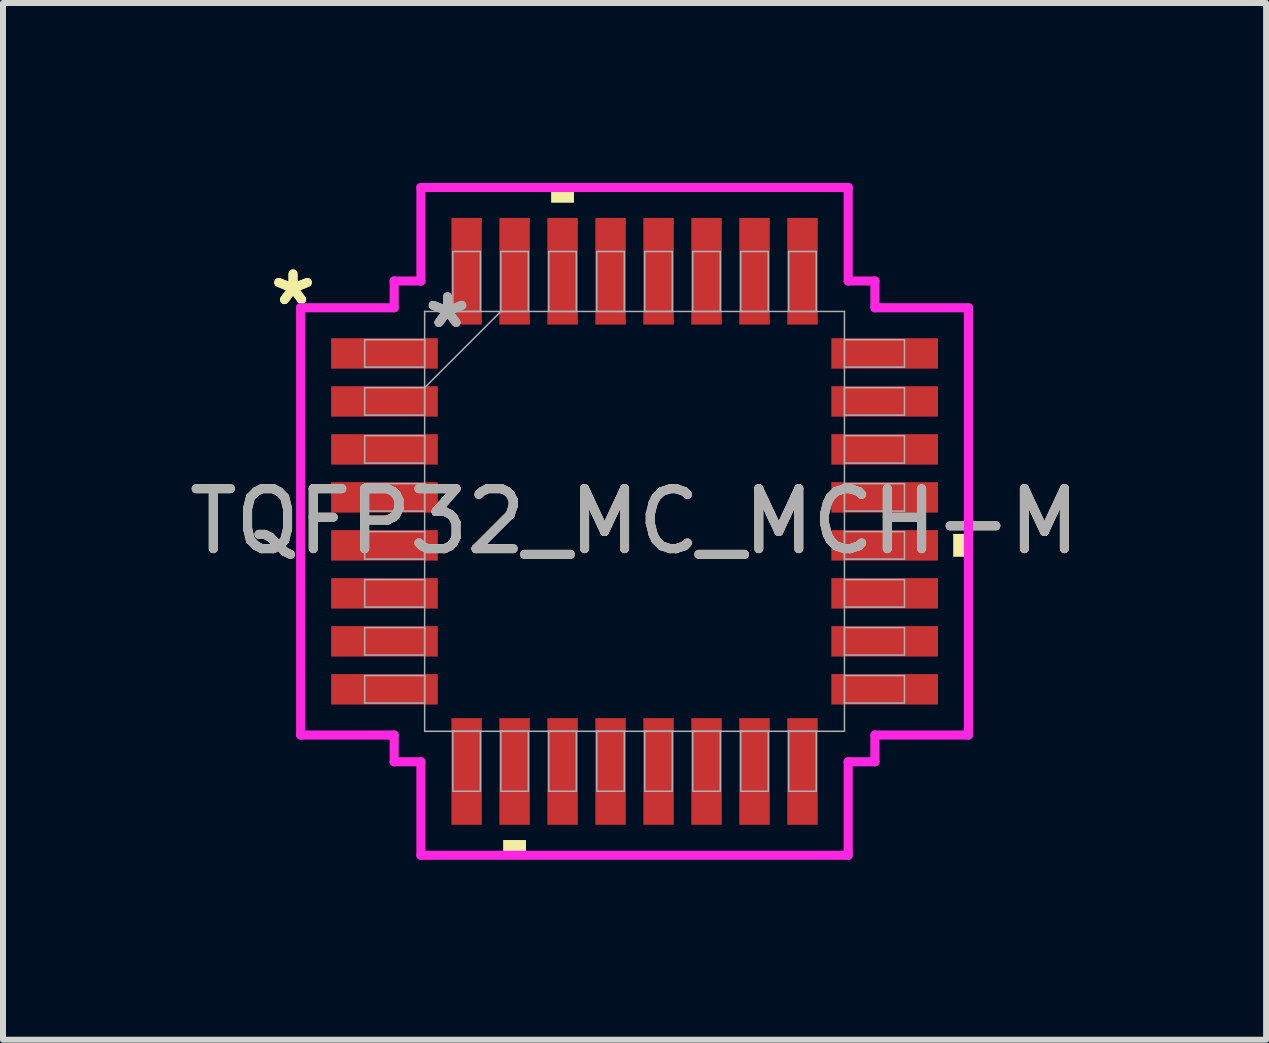
<source format=kicad_pcb>
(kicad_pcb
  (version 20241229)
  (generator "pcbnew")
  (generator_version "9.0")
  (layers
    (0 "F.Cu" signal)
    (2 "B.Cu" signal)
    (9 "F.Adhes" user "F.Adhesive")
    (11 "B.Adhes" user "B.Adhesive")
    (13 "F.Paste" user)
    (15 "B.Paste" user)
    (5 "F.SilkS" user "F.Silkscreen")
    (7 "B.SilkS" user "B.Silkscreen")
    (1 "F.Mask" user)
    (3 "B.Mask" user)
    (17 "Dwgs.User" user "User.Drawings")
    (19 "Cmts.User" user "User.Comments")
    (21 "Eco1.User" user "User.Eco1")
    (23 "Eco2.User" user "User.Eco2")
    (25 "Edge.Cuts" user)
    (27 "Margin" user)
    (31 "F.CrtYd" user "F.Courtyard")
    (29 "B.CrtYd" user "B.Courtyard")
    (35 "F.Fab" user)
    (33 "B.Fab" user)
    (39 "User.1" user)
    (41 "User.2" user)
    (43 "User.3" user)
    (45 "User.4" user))
  (footprint "TQFP32_MC_MCH-M"
    (layer "F.Cu")
    (at 7.53 5.643)
    (property "Reference" "TQFP32_MC_MCH-M" (at 0 0 0) (unlocked yes) (layer "F.SilkS") (effects (font (size 1 1) (thickness 0.15))))
    (attr smd)
    (fp_poly (pts (xy -2.191 5.313) (xy -2.191 5.567) (xy -1.81 5.567) (xy -1.81 5.313)) (stroke (width 0) (type solid)) (fill yes) (layer "F.SilkS"))
    (fp_poly (pts (xy -1.391 -5.313) (xy -1.391 -5.567) (xy -1.01 -5.567) (xy -1.01 -5.313)) (stroke (width 0) (type solid)) (fill yes) (layer "F.SilkS"))
    (fp_poly (pts (xy 5.567 0.209) (xy 5.567 0.59) (xy 5.313 0.59) (xy 5.313 0.209)) (stroke (width 0) (type solid)) (fill yes) (layer "F.SilkS"))
    (fp_line (start -5.567 -3.562) (end -4.008 -3.562) (stroke (width 0.152) (type solid)) (layer "F.CrtYd"))
    (fp_line (start -5.567 3.562) (end -5.567 -3.562) (stroke (width 0.152) (type solid)) (layer "F.CrtYd"))
    (fp_line (start -4.008 -4.008) (end -3.562 -4.008) (stroke (width 0.152) (type solid)) (layer "F.CrtYd"))
    (fp_line (start -4.008 -3.562) (end -4.008 -4.008) (stroke (width 0.152) (type solid)) (layer "F.CrtYd"))
    (fp_line (start -4.008 3.562) (end -5.567 3.562) (stroke (width 0.152) (type solid)) (layer "F.CrtYd"))
    (fp_line (start -4.008 4.008) (end -4.008 3.562) (stroke (width 0.152) (type solid)) (layer "F.CrtYd"))
    (fp_line (start -4.008 4.008) (end -3.562 4.008) (stroke (width 0.152) (type solid)) (layer "F.CrtYd"))
    (fp_line (start -3.562 -5.567) (end 3.562 -5.567) (stroke (width 0.152) (type solid)) (layer "F.CrtYd"))
    (fp_line (start -3.562 -4.008) (end -3.562 -5.567) (stroke (width 0.152) (type solid)) (layer "F.CrtYd"))
    (fp_line (start -3.562 4.008) (end -3.562 5.567) (stroke (width 0.152) (type solid)) (layer "F.CrtYd"))
    (fp_line (start -3.562 5.567) (end 3.562 5.567) (stroke (width 0.152) (type solid)) (layer "F.CrtYd"))
    (fp_line (start 3.562 -5.567) (end 3.562 -4.008) (stroke (width 0.152) (type solid)) (layer "F.CrtYd"))
    (fp_line (start 3.562 -4.008) (end 4.008 -4.008) (stroke (width 0.152) (type solid)) (layer "F.CrtYd"))
    (fp_line (start 3.562 4.008) (end 4.008 4.008) (stroke (width 0.152) (type solid)) (layer "F.CrtYd"))
    (fp_line (start 3.562 5.567) (end 3.562 4.008) (stroke (width 0.152) (type solid)) (layer "F.CrtYd"))
    (fp_line (start 4.008 -3.562) (end 4.008 -4.008) (stroke (width 0.152) (type solid)) (layer "F.CrtYd"))
    (fp_line (start 4.008 3.562) (end 5.567 3.562) (stroke (width 0.152) (type solid)) (layer "F.CrtYd"))
    (fp_line (start 4.008 4.008) (end 4.008 3.562) (stroke (width 0.152) (type solid)) (layer "F.CrtYd"))
    (fp_line (start 5.567 -3.562) (end 4.008 -3.562) (stroke (width 0.152) (type solid)) (layer "F.CrtYd"))
    (fp_line (start 5.567 3.562) (end 5.567 -3.562) (stroke (width 0.152) (type solid)) (layer "F.CrtYd"))
    (fp_line (start -4.5 -3.029) (end -4.5 -2.571) (stroke (width 0.025) (type solid)) (layer "F.Fab"))
    (fp_line (start -4.5 -2.571) (end -3.5 -2.571) (stroke (width 0.025) (type solid)) (layer "F.Fab"))
    (fp_line (start -4.5 -2.229) (end -4.5 -1.771) (stroke (width 0.025) (type solid)) (layer "F.Fab"))
    (fp_line (start -4.5 -1.771) (end -3.5 -1.771) (stroke (width 0.025) (type solid)) (layer "F.Fab"))
    (fp_line (start -4.5 -1.429) (end -4.5 -0.971) (stroke (width 0.025) (type solid)) (layer "F.Fab"))
    (fp_line (start -4.5 -0.971) (end -3.5 -0.971) (stroke (width 0.025) (type solid)) (layer "F.Fab"))
    (fp_line (start -4.5 -0.629) (end -4.5 -0.171) (stroke (width 0.025) (type solid)) (layer "F.Fab"))
    (fp_line (start -4.5 -0.171) (end -3.5 -0.171) (stroke (width 0.025) (type solid)) (layer "F.Fab"))
    (fp_line (start -4.5 0.171) (end -4.5 0.629) (stroke (width 0.025) (type solid)) (layer "F.Fab"))
    (fp_line (start -4.5 0.629) (end -3.5 0.629) (stroke (width 0.025) (type solid)) (layer "F.Fab"))
    (fp_line (start -4.5 0.971) (end -4.5 1.429) (stroke (width 0.025) (type solid)) (layer "F.Fab"))
    (fp_line (start -4.5 1.429) (end -3.5 1.429) (stroke (width 0.025) (type solid)) (layer "F.Fab"))
    (fp_line (start -4.5 1.771) (end -4.5 2.229) (stroke (width 0.025) (type solid)) (layer "F.Fab"))
    (fp_line (start -4.5 2.229) (end -3.5 2.229) (stroke (width 0.025) (type solid)) (layer "F.Fab"))
    (fp_line (start -4.5 2.571) (end -4.5 3.029) (stroke (width 0.025) (type solid)) (layer "F.Fab"))
    (fp_line (start -4.5 3.029) (end -3.5 3.029) (stroke (width 0.025) (type solid)) (layer "F.Fab"))
    (fp_line (start -3.5 -3.5) (end -3.5 3.5) (stroke (width 0.025) (type solid)) (layer "F.Fab"))
    (fp_line (start -3.5 -3.029) (end -4.5 -3.029) (stroke (width 0.025) (type solid)) (layer "F.Fab"))
    (fp_line (start -3.5 -2.571) (end -3.5 -3.029) (stroke (width 0.025) (type solid)) (layer "F.Fab"))
    (fp_line (start -3.5 -2.23) (end -2.23 -3.5) (stroke (width 0.025) (type solid)) (layer "F.Fab"))
    (fp_line (start -3.5 -2.229) (end -4.5 -2.229) (stroke (width 0.025) (type solid)) (layer "F.Fab"))
    (fp_line (start -3.5 -1.771) (end -3.5 -2.229) (stroke (width 0.025) (type solid)) (layer "F.Fab"))
    (fp_line (start -3.5 -1.429) (end -4.5 -1.429) (stroke (width 0.025) (type solid)) (layer "F.Fab"))
    (fp_line (start -3.5 -0.971) (end -3.5 -1.429) (stroke (width 0.025) (type solid)) (layer "F.Fab"))
    (fp_line (start -3.5 -0.629) (end -4.5 -0.629) (stroke (width 0.025) (type solid)) (layer "F.Fab"))
    (fp_line (start -3.5 -0.171) (end -3.5 -0.629) (stroke (width 0.025) (type solid)) (layer "F.Fab"))
    (fp_line (start -3.5 0.171) (end -4.5 0.171) (stroke (width 0.025) (type solid)) (layer "F.Fab"))
    (fp_line (start -3.5 0.629) (end -3.5 0.171) (stroke (width 0.025) (type solid)) (layer "F.Fab"))
    (fp_line (start -3.5 0.971) (end -4.5 0.971) (stroke (width 0.025) (type solid)) (layer "F.Fab"))
    (fp_line (start -3.5 1.429) (end -3.5 0.971) (stroke (width 0.025) (type solid)) (layer "F.Fab"))
    (fp_line (start -3.5 1.771) (end -4.5 1.771) (stroke (width 0.025) (type solid)) (layer "F.Fab"))
    (fp_line (start -3.5 2.229) (end -3.5 1.771) (stroke (width 0.025) (type solid)) (layer "F.Fab"))
    (fp_line (start -3.5 2.571) (end -4.5 2.571) (stroke (width 0.025) (type solid)) (layer "F.Fab"))
    (fp_line (start -3.5 3.029) (end -3.5 2.571) (stroke (width 0.025) (type solid)) (layer "F.Fab"))
    (fp_line (start -3.5 3.5) (end 3.5 3.5) (stroke (width 0.025) (type solid)) (layer "F.Fab"))
    (fp_line (start -3.029 -4.5) (end -3.029 -3.5) (stroke (width 0.025) (type solid)) (layer "F.Fab"))
    (fp_line (start -3.029 -3.5) (end -2.571 -3.5) (stroke (width 0.025) (type solid)) (layer "F.Fab"))
    (fp_line (start -3.029 3.5) (end -3.029 4.5) (stroke (width 0.025) (type solid)) (layer "F.Fab"))
    (fp_line (start -3.029 4.5) (end -2.571 4.5) (stroke (width 0.025) (type solid)) (layer "F.Fab"))
    (fp_line (start -2.571 -4.5) (end -3.029 -4.5) (stroke (width 0.025) (type solid)) (layer "F.Fab"))
    (fp_line (start -2.571 -3.5) (end -2.571 -4.5) (stroke (width 0.025) (type solid)) (layer "F.Fab"))
    (fp_line (start -2.571 3.5) (end -3.029 3.5) (stroke (width 0.025) (type solid)) (layer "F.Fab"))
    (fp_line (start -2.571 4.5) (end -2.571 3.5) (stroke (width 0.025) (type solid)) (layer "F.Fab"))
    (fp_line (start -2.229 -4.5) (end -2.229 -3.5) (stroke (width 0.025) (type solid)) (layer "F.Fab"))
    (fp_line (start -2.229 -3.5) (end -1.771 -3.5) (stroke (width 0.025) (type solid)) (layer "F.Fab"))
    (fp_line (start -2.229 3.5) (end -2.229 4.5) (stroke (width 0.025) (type solid)) (layer "F.Fab"))
    (fp_line (start -2.229 4.5) (end -1.771 4.5) (stroke (width 0.025) (type solid)) (layer "F.Fab"))
    (fp_line (start -1.771 -4.5) (end -2.229 -4.5) (stroke (width 0.025) (type solid)) (layer "F.Fab"))
    (fp_line (start -1.771 -3.5) (end -1.771 -4.5) (stroke (width 0.025) (type solid)) (layer "F.Fab"))
    (fp_line (start -1.771 3.5) (end -2.229 3.5) (stroke (width 0.025) (type solid)) (layer "F.Fab"))
    (fp_line (start -1.771 4.5) (end -1.771 3.5) (stroke (width 0.025) (type solid)) (layer "F.Fab"))
    (fp_line (start -1.429 -4.5) (end -1.429 -3.5) (stroke (width 0.025) (type solid)) (layer "F.Fab"))
    (fp_line (start -1.429 -3.5) (end -0.971 -3.5) (stroke (width 0.025) (type solid)) (layer "F.Fab"))
    (fp_line (start -1.429 3.5) (end -1.429 4.5) (stroke (width 0.025) (type solid)) (layer "F.Fab"))
    (fp_line (start -1.429 4.5) (end -0.971 4.5) (stroke (width 0.025) (type solid)) (layer "F.Fab"))
    (fp_line (start -0.971 -4.5) (end -1.429 -4.5) (stroke (width 0.025) (type solid)) (layer "F.Fab"))
    (fp_line (start -0.971 -3.5) (end -0.971 -4.5) (stroke (width 0.025) (type solid)) (layer "F.Fab"))
    (fp_line (start -0.971 3.5) (end -1.429 3.5) (stroke (width 0.025) (type solid)) (layer "F.Fab"))
    (fp_line (start -0.971 4.5) (end -0.971 3.5) (stroke (width 0.025) (type solid)) (layer "F.Fab"))
    (fp_line (start -0.629 -4.5) (end -0.629 -3.5) (stroke (width 0.025) (type solid)) (layer "F.Fab"))
    (fp_line (start -0.629 -3.5) (end -0.171 -3.5) (stroke (width 0.025) (type solid)) (layer "F.Fab"))
    (fp_line (start -0.629 3.5) (end -0.629 4.5) (stroke (width 0.025) (type solid)) (layer "F.Fab"))
    (fp_line (start -0.629 4.5) (end -0.171 4.5) (stroke (width 0.025) (type solid)) (layer "F.Fab"))
    (fp_line (start -0.171 -4.5) (end -0.629 -4.5) (stroke (width 0.025) (type solid)) (layer "F.Fab"))
    (fp_line (start -0.171 -3.5) (end -0.171 -4.5) (stroke (width 0.025) (type solid)) (layer "F.Fab"))
    (fp_line (start -0.171 3.5) (end -0.629 3.5) (stroke (width 0.025) (type solid)) (layer "F.Fab"))
    (fp_line (start -0.171 4.5) (end -0.171 3.5) (stroke (width 0.025) (type solid)) (layer "F.Fab"))
    (fp_line (start 0.171 -4.5) (end 0.171 -3.5) (stroke (width 0.025) (type solid)) (layer "F.Fab"))
    (fp_line (start 0.171 -3.5) (end 0.629 -3.5) (stroke (width 0.025) (type solid)) (layer "F.Fab"))
    (fp_line (start 0.171 3.5) (end 0.171 4.5) (stroke (width 0.025) (type solid)) (layer "F.Fab"))
    (fp_line (start 0.171 4.5) (end 0.629 4.5) (stroke (width 0.025) (type solid)) (layer "F.Fab"))
    (fp_line (start 0.629 -4.5) (end 0.171 -4.5) (stroke (width 0.025) (type solid)) (layer "F.Fab"))
    (fp_line (start 0.629 -3.5) (end 0.629 -4.5) (stroke (width 0.025) (type solid)) (layer "F.Fab"))
    (fp_line (start 0.629 3.5) (end 0.171 3.5) (stroke (width 0.025) (type solid)) (layer "F.Fab"))
    (fp_line (start 0.629 4.5) (end 0.629 3.5) (stroke (width 0.025) (type solid)) (layer "F.Fab"))
    (fp_line (start 0.971 -4.5) (end 0.971 -3.5) (stroke (width 0.025) (type solid)) (layer "F.Fab"))
    (fp_line (start 0.971 -3.5) (end 1.429 -3.5) (stroke (width 0.025) (type solid)) (layer "F.Fab"))
    (fp_line (start 0.971 3.5) (end 0.971 4.5) (stroke (width 0.025) (type solid)) (layer "F.Fab"))
    (fp_line (start 0.971 4.5) (end 1.429 4.5) (stroke (width 0.025) (type solid)) (layer "F.Fab"))
    (fp_line (start 1.429 -4.5) (end 0.971 -4.5) (stroke (width 0.025) (type solid)) (layer "F.Fab"))
    (fp_line (start 1.429 -3.5) (end 1.429 -4.5) (stroke (width 0.025) (type solid)) (layer "F.Fab"))
    (fp_line (start 1.429 3.5) (end 0.971 3.5) (stroke (width 0.025) (type solid)) (layer "F.Fab"))
    (fp_line (start 1.429 4.5) (end 1.429 3.5) (stroke (width 0.025) (type solid)) (layer "F.Fab"))
    (fp_line (start 1.771 -4.5) (end 1.771 -3.5) (stroke (width 0.025) (type solid)) (layer "F.Fab"))
    (fp_line (start 1.771 -3.5) (end 2.229 -3.5) (stroke (width 0.025) (type solid)) (layer "F.Fab"))
    (fp_line (start 1.771 3.5) (end 1.771 4.5) (stroke (width 0.025) (type solid)) (layer "F.Fab"))
    (fp_line (start 1.771 4.5) (end 2.229 4.5) (stroke (width 0.025) (type solid)) (layer "F.Fab"))
    (fp_line (start 2.229 -4.5) (end 1.771 -4.5) (stroke (width 0.025) (type solid)) (layer "F.Fab"))
    (fp_line (start 2.229 -3.5) (end 2.229 -4.5) (stroke (width 0.025) (type solid)) (layer "F.Fab"))
    (fp_line (start 2.229 3.5) (end 1.771 3.5) (stroke (width 0.025) (type solid)) (layer "F.Fab"))
    (fp_line (start 2.229 4.5) (end 2.229 3.5) (stroke (width 0.025) (type solid)) (layer "F.Fab"))
    (fp_line (start 2.571 -4.5) (end 2.571 -3.5) (stroke (width 0.025) (type solid)) (layer "F.Fab"))
    (fp_line (start 2.571 -3.5) (end 3.029 -3.5) (stroke (width 0.025) (type solid)) (layer "F.Fab"))
    (fp_line (start 2.571 3.5) (end 2.571 4.5) (stroke (width 0.025) (type solid)) (layer "F.Fab"))
    (fp_line (start 2.571 4.5) (end 3.029 4.5) (stroke (width 0.025) (type solid)) (layer "F.Fab"))
    (fp_line (start 3.029 -4.5) (end 2.571 -4.5) (stroke (width 0.025) (type solid)) (layer "F.Fab"))
    (fp_line (start 3.029 -3.5) (end 3.029 -4.5) (stroke (width 0.025) (type solid)) (layer "F.Fab"))
    (fp_line (start 3.029 3.5) (end 2.571 3.5) (stroke (width 0.025) (type solid)) (layer "F.Fab"))
    (fp_line (start 3.029 4.5) (end 3.029 3.5) (stroke (width 0.025) (type solid)) (layer "F.Fab"))
    (fp_line (start 3.5 -3.5) (end -3.5 -3.5) (stroke (width 0.025) (type solid)) (layer "F.Fab"))
    (fp_line (start 3.5 -3.029) (end 3.5 -2.571) (stroke (width 0.025) (type solid)) (layer "F.Fab"))
    (fp_line (start 3.5 -2.571) (end 4.5 -2.571) (stroke (width 0.025) (type solid)) (layer "F.Fab"))
    (fp_line (start 3.5 -2.229) (end 3.5 -1.771) (stroke (width 0.025) (type solid)) (layer "F.Fab"))
    (fp_line (start 3.5 -1.771) (end 4.5 -1.771) (stroke (width 0.025) (type solid)) (layer "F.Fab"))
    (fp_line (start 3.5 -1.429) (end 3.5 -0.971) (stroke (width 0.025) (type solid)) (layer "F.Fab"))
    (fp_line (start 3.5 -0.971) (end 4.5 -0.971) (stroke (width 0.025) (type solid)) (layer "F.Fab"))
    (fp_line (start 3.5 -0.629) (end 3.5 -0.171) (stroke (width 0.025) (type solid)) (layer "F.Fab"))
    (fp_line (start 3.5 -0.171) (end 4.5 -0.171) (stroke (width 0.025) (type solid)) (layer "F.Fab"))
    (fp_line (start 3.5 0.171) (end 3.5 0.629) (stroke (width 0.025) (type solid)) (layer "F.Fab"))
    (fp_line (start 3.5 0.629) (end 4.5 0.629) (stroke (width 0.025) (type solid)) (layer "F.Fab"))
    (fp_line (start 3.5 0.971) (end 3.5 1.429) (stroke (width 0.025) (type solid)) (layer "F.Fab"))
    (fp_line (start 3.5 1.429) (end 4.5 1.429) (stroke (width 0.025) (type solid)) (layer "F.Fab"))
    (fp_line (start 3.5 1.771) (end 3.5 2.229) (stroke (width 0.025) (type solid)) (layer "F.Fab"))
    (fp_line (start 3.5 2.229) (end 4.5 2.229) (stroke (width 0.025) (type solid)) (layer "F.Fab"))
    (fp_line (start 3.5 2.571) (end 3.5 3.029) (stroke (width 0.025) (type solid)) (layer "F.Fab"))
    (fp_line (start 3.5 3.029) (end 4.5 3.029) (stroke (width 0.025) (type solid)) (layer "F.Fab"))
    (fp_line (start 3.5 3.5) (end 3.5 -3.5) (stroke (width 0.025) (type solid)) (layer "F.Fab"))
    (fp_line (start 4.5 -3.029) (end 3.5 -3.029) (stroke (width 0.025) (type solid)) (layer "F.Fab"))
    (fp_line (start 4.5 -2.571) (end 4.5 -3.029) (stroke (width 0.025) (type solid)) (layer "F.Fab"))
    (fp_line (start 4.5 -2.229) (end 3.5 -2.229) (stroke (width 0.025) (type solid)) (layer "F.Fab"))
    (fp_line (start 4.5 -1.771) (end 4.5 -2.229) (stroke (width 0.025) (type solid)) (layer "F.Fab"))
    (fp_line (start 4.5 -1.429) (end 3.5 -1.429) (stroke (width 0.025) (type solid)) (layer "F.Fab"))
    (fp_line (start 4.5 -0.971) (end 4.5 -1.429) (stroke (width 0.025) (type solid)) (layer "F.Fab"))
    (fp_line (start 4.5 -0.629) (end 3.5 -0.629) (stroke (width 0.025) (type solid)) (layer "F.Fab"))
    (fp_line (start 4.5 -0.171) (end 4.5 -0.629) (stroke (width 0.025) (type solid)) (layer "F.Fab"))
    (fp_line (start 4.5 0.171) (end 3.5 0.171) (stroke (width 0.025) (type solid)) (layer "F.Fab"))
    (fp_line (start 4.5 0.629) (end 4.5 0.171) (stroke (width 0.025) (type solid)) (layer "F.Fab"))
    (fp_line (start 4.5 0.971) (end 3.5 0.971) (stroke (width 0.025) (type solid)) (layer "F.Fab"))
    (fp_line (start 4.5 1.429) (end 4.5 0.971) (stroke (width 0.025) (type solid)) (layer "F.Fab"))
    (fp_line (start 4.5 1.771) (end 3.5 1.771) (stroke (width 0.025) (type solid)) (layer "F.Fab"))
    (fp_line (start 4.5 2.229) (end 4.5 1.771) (stroke (width 0.025) (type solid)) (layer "F.Fab"))
    (fp_line (start 4.5 2.571) (end 3.5 2.571) (stroke (width 0.025) (type solid)) (layer "F.Fab"))
    (fp_line (start 4.5 3.029) (end 4.5 2.571) (stroke (width 0.025) (type solid)) (layer "F.Fab"))
    (fp_text user "*" (at -5.694 -3.581 0) (unlocked yes) (layer "F.SilkS") (effects (font (size 1 1) (thickness 0.15))))
    (fp_text user "*" (at -5.694 -3.581 0) (layer "F.SilkS") (effects (font (size 1 1) (thickness 0.15))))
    (fp_text user "${REFERENCE}" (at 0 0 0) (unlocked yes) (layer "F.Fab") (effects (font (size 1 1) (thickness 0.15))))
    (fp_text user "*" (at -3.119 -3.2 0) (unlocked yes) (layer "F.Fab") (effects (font (size 1 1) (thickness 0.15))))
    (fp_text user "*" (at -3.119 -3.2 0) (layer "F.Fab") (effects (font (size 1 1) (thickness 0.15))))
    (pad "1" smd rect (at -4.17 -2.8 90) (size 0.508 1.778) (layers "F.Cu" "F.Mask" "F.Paste"))
    (pad "2" smd rect (at -4.17 -2 90) (size 0.508 1.778) (layers "F.Cu" "F.Mask" "F.Paste"))
    (pad "3" smd rect (at -4.17 -1.2 90) (size 0.508 1.778) (layers "F.Cu" "F.Mask" "F.Paste"))
    (pad "4" smd rect (at -4.17 -0.4 90) (size 0.508 1.778) (layers "F.Cu" "F.Mask" "F.Paste"))
    (pad "5" smd rect (at -4.17 0.4 90) (size 0.508 1.778) (layers "F.Cu" "F.Mask" "F.Paste"))
    (pad "6" smd rect (at -4.17 1.2 90) (size 0.508 1.778) (layers "F.Cu" "F.Mask" "F.Paste"))
    (pad "7" smd rect (at -4.17 2 90) (size 0.508 1.778) (layers "F.Cu" "F.Mask" "F.Paste"))
    (pad "8" smd rect (at -4.17 2.8 90) (size 0.508 1.778) (layers "F.Cu" "F.Mask" "F.Paste"))
    (pad "9" smd rect (at -2.8 4.17) (size 0.508 1.778) (layers "F.Cu" "F.Mask" "F.Paste"))
    (pad "10" smd rect (at -2 4.17) (size 0.508 1.778) (layers "F.Cu" "F.Mask" "F.Paste"))
    (pad "11" smd rect (at -1.2 4.17) (size 0.508 1.778) (layers "F.Cu" "F.Mask" "F.Paste"))
    (pad "12" smd rect (at -0.4 4.17) (size 0.508 1.778) (layers "F.Cu" "F.Mask" "F.Paste"))
    (pad "13" smd rect (at 0.4 4.17) (size 0.508 1.778) (layers "F.Cu" "F.Mask" "F.Paste"))
    (pad "14" smd rect (at 1.2 4.17) (size 0.508 1.778) (layers "F.Cu" "F.Mask" "F.Paste"))
    (pad "15" smd rect (at 2 4.17) (size 0.508 1.778) (layers "F.Cu" "F.Mask" "F.Paste"))
    (pad "16" smd rect (at 2.8 4.17) (size 0.508 1.778) (layers "F.Cu" "F.Mask" "F.Paste"))
    (pad "17" smd rect (at 4.17 2.8 90) (size 0.508 1.778) (layers "F.Cu" "F.Mask" "F.Paste"))
    (pad "18" smd rect (at 4.17 2 90) (size 0.508 1.778) (layers "F.Cu" "F.Mask" "F.Paste"))
    (pad "19" smd rect (at 4.17 1.2 90) (size 0.508 1.778) (layers "F.Cu" "F.Mask" "F.Paste"))
    (pad "20" smd rect (at 4.17 0.4 90) (size 0.508 1.778) (layers "F.Cu" "F.Mask" "F.Paste"))
    (pad "21" smd rect (at 4.17 -0.4 90) (size 0.508 1.778) (layers "F.Cu" "F.Mask" "F.Paste"))
    (pad "22" smd rect (at 4.17 -1.2 90) (size 0.508 1.778) (layers "F.Cu" "F.Mask" "F.Paste"))
    (pad "23" smd rect (at 4.17 -2 90) (size 0.508 1.778) (layers "F.Cu" "F.Mask" "F.Paste"))
    (pad "24" smd rect (at 4.17 -2.8 90) (size 0.508 1.778) (layers "F.Cu" "F.Mask" "F.Paste"))
    (pad "25" smd rect (at 2.8 -4.17) (size 0.508 1.778) (layers "F.Cu" "F.Mask" "F.Paste"))
    (pad "26" smd rect (at 2 -4.17) (size 0.508 1.778) (layers "F.Cu" "F.Mask" "F.Paste"))
    (pad "27" smd rect (at 1.2 -4.17) (size 0.508 1.778) (layers "F.Cu" "F.Mask" "F.Paste"))
    (pad "28" smd rect (at 0.4 -4.17) (size 0.508 1.778) (layers "F.Cu" "F.Mask" "F.Paste"))
    (pad "29" smd rect (at -0.4 -4.17) (size 0.508 1.778) (layers "F.Cu" "F.Mask" "F.Paste"))
    (pad "30" smd rect (at -1.2 -4.17) (size 0.508 1.778) (layers "F.Cu" "F.Mask" "F.Paste"))
    (pad "31" smd rect (at -2 -4.17) (size 0.508 1.778) (layers "F.Cu" "F.Mask" "F.Paste"))
    (pad "32" smd rect (at -2.8 -4.17) (size 0.508 1.778) (layers "F.Cu" "F.Mask" "F.Paste")))
  (gr_rect
    (start -3 -3)
    (end 18.06 14.286)
    (stroke (width 0.1) (type default))
    (fill no)
    (layer "Edge.Cuts")))
</source>
